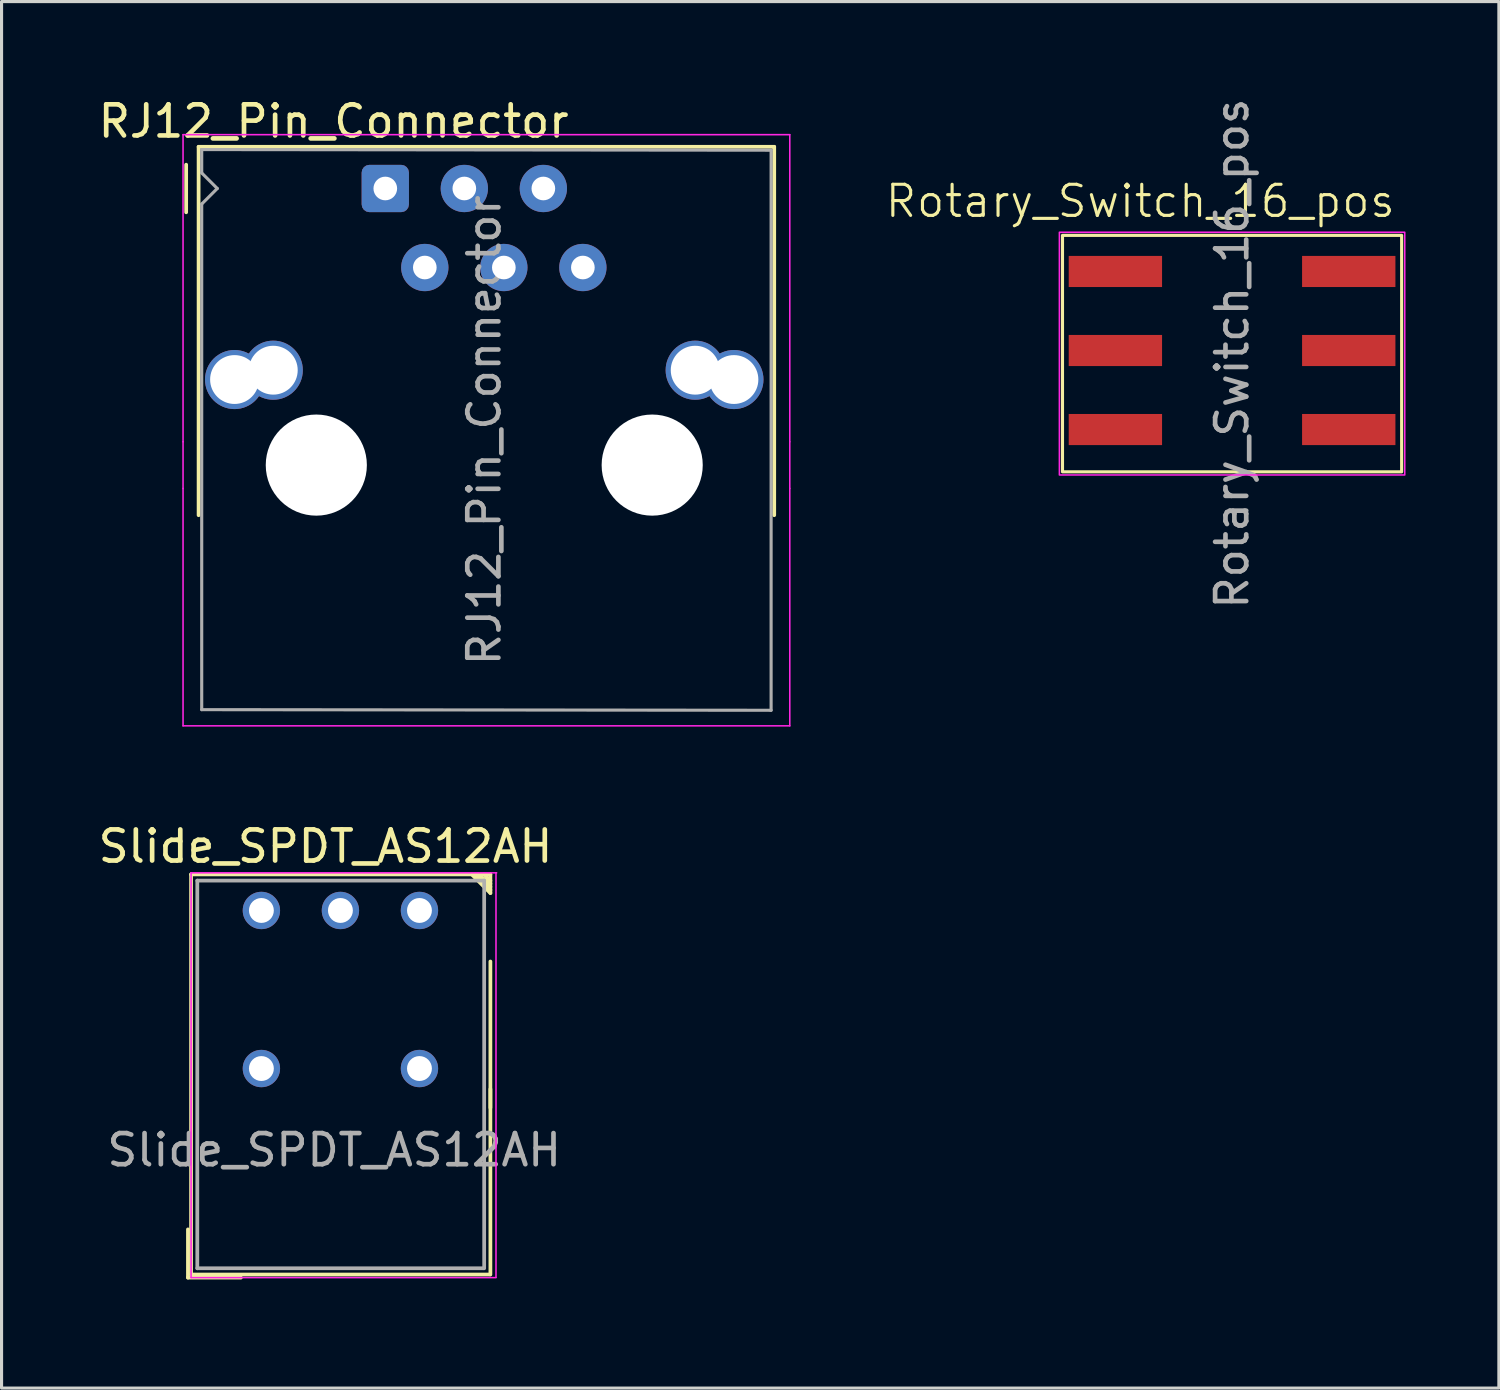
<source format=kicad_pcb>
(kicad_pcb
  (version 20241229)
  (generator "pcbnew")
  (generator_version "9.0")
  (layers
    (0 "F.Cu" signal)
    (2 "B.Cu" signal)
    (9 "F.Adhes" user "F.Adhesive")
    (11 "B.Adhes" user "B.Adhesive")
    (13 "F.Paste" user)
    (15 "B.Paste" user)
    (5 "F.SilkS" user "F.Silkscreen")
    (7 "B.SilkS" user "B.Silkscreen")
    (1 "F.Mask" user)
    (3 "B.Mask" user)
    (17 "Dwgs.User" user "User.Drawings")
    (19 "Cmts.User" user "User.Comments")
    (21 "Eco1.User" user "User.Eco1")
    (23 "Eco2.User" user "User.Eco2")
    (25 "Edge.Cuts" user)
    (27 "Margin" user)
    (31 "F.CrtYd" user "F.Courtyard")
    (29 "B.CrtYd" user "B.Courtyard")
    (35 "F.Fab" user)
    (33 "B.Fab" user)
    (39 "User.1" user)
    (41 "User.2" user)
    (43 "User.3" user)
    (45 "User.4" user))
  (footprint "RJ12_Pin_Connector"
    (layer "F.Cu")
    (at 9.333 3.008)
    (property "Reference" "RJ12_Pin_Connector" (at -1.66 -2.16 0) (layer "F.SilkS") (effects (font (size 1 1) (thickness 0.15))))
    (attr through_hole)
    (fp_line (start -6.4 0.765) (end -6.4 -0.765) (stroke (width 0.12) (type solid)) (layer "F.SilkS"))
    (fp_line (start -6 -1.34) (end 12.5 -1.34) (stroke (width 0.12) (type solid)) (layer "F.SilkS"))
    (fp_line (start -6 10.5) (end -6 -1.34) (stroke (width 0.12) (type solid)) (layer "F.SilkS"))
    (fp_line (start 12.5 -1.34) (end 12.5 10.5) (stroke (width 0.12) (type solid)) (layer "F.SilkS"))
    (fp_line (start -6.5 -1.73) (end -6.5 8.14) (stroke (width 0.05) (type solid)) (layer "F.CrtYd"))
    (fp_line (start -6.5 -1.73) (end 13 -1.73) (stroke (width 0.05) (type solid)) (layer "F.CrtYd"))
    (fp_line (start -6.5 8.14) (end -6.5 9.64) (stroke (width 0.05) (type default)) (layer "F.CrtYd"))
    (fp_line (start -6.5 9.64) (end -6.5 17.27) (stroke (width 0.05) (type solid)) (layer "F.CrtYd"))
    (fp_line (start 13 -1.73) (end 13 8.14) (stroke (width 0.05) (type solid)) (layer "F.CrtYd"))
    (fp_line (start 13 8.14) (end 13 9.64) (stroke (width 0.05) (type default)) (layer "F.CrtYd"))
    (fp_line (start 13 9.64) (end 13 17.27) (stroke (width 0.05) (type solid)) (layer "F.CrtYd"))
    (fp_line (start 13 17.27) (end -6.5 17.27) (stroke (width 0.05) (type solid)) (layer "F.CrtYd"))
    (fp_line (start -5.9 -1.251) (end 12.4 -1.23) (stroke (width 0.1) (type solid)) (layer "F.Fab"))
    (fp_line (start -5.9 -0.5) (end -5.9 -1.25) (stroke (width 0.1) (type solid)) (layer "F.Fab"))
    (fp_line (start -5.9 0.5) (end -5.4 0) (stroke (width 0.1) (type solid)) (layer "F.Fab"))
    (fp_line (start -5.9 16.75) (end -5.9 0.5) (stroke (width 0.1) (type solid)) (layer "F.Fab"))
    (fp_line (start -5.4 0) (end -5.9 -0.5) (stroke (width 0.1) (type solid)) (layer "F.Fab"))
    (fp_line (start 12.4 -1.23) (end 12.4 16.77) (stroke (width 0.1) (type solid)) (layer "F.Fab"))
    (fp_line (start 12.4 16.77) (end -5.9 16.75) (stroke (width 0.1) (type solid)) (layer "F.Fab"))
    (fp_text user "${REFERENCE}" (at 3.18 7.77 90) (layer "F.Fab") (effects (font (size 1 1) (thickness 0.15))))
    (pad "" np_thru_hole circle (at -2.217 8.89) (size 3.25 3.25) (drill oval 3.885 3.25) (layers "*.Cu" "*.Mask"))
    (pad "" np_thru_hole circle (at 8.578 8.89) (size 3.25 3.25) (drill oval 3.885 3.25) (layers "*.Cu" "*.Mask"))
    (pad "1" thru_hole roundrect (at 0 0) (size 1.52 1.52) (drill 0.76) (layers "*.Cu" "*.Mask") (roundrect_rratio 0.164))
    (pad "2" thru_hole circle (at 1.27 2.54) (size 1.52 1.52) (drill 0.76) (layers "*.Cu" "*.Mask"))
    (pad "3" thru_hole circle (at 2.54 0) (size 1.52 1.52) (drill 0.76) (layers "*.Cu" "*.Mask"))
    (pad "4" thru_hole circle (at 3.81 2.54) (size 1.52 1.52) (drill 0.76) (layers "*.Cu" "*.Mask"))
    (pad "5" thru_hole circle (at 5.08 0) (size 1.52 1.52) (drill 0.76) (layers "*.Cu" "*.Mask"))
    (pad "6" thru_hole circle (at 6.35 2.54) (size 1.52 1.52) (drill 0.76) (layers "*.Cu" "*.Mask"))
    (pad "SH" thru_hole circle (at -4.845 6.14) (size 1.9 1.9) (drill 1.57) (layers "*.Cu" "*.Mask"))
    (pad "SH" thru_hole circle (at -3.6 5.84) (size 1.9 1.9) (drill 1.57) (layers "*.Cu" "*.Mask"))
    (pad "SH" thru_hole circle (at 9.96 5.84) (size 1.9 1.9) (drill 1.57) (layers "*.Cu" "*.Mask"))
    (pad "SH" thru_hole circle (at 11.205 6.14) (size 1.9 1.9) (drill 1.57) (layers "*.Cu" "*.Mask")))
  (footprint "Rotary_Switch_16_pos"
    (layer "F.Cu")
    (at 36.598 13.215)
    (property "Reference" "Rotary_Switch_16_pos" (at -3 -9.8 0) (unlocked yes) (layer "F.SilkS") (effects (font (size 1 1) (thickness 0.1))))
    (attr through_hole)
    (fp_rect (start -5.5 -8.7) (end 5.4 -1.1) (stroke (width 0.1) (type solid)) (fill no) (layer "F.SilkS"))
    (fp_rect (start -5.6 -8.8) (end 5.5 -1) (stroke (width 0.05) (type solid)) (fill no) (layer "F.CrtYd"))
    (fp_text user "${REFERENCE}" (at -0.05 -4.9 90) (unlocked yes) (layer "F.Fab") (effects (font (size 1 1) (thickness 0.15))))
    (pad "1" smd rect (at 3.7 -5) (size 3 1) (layers "F.Cu" "F.Mask" "F.Paste"))
    (pad "2" smd rect (at 3.7 -7.54) (size 3 1) (layers "F.Cu" "F.Mask" "F.Paste"))
    (pad "4" smd rect (at -3.8 -7.54) (size 3 1) (layers "F.Cu" "F.Mask" "F.Paste"))
    (pad "8" smd rect (at -3.8 -5) (size 3 1) (layers "F.Cu" "F.Mask" "F.Paste"))
    (pad "C" smd rect (at -3.8 -2.46) (size 3 1) (layers "F.Cu" "F.Mask" "F.Paste"))
    (pad "C" smd rect (at 3.7 -2.46) (size 3 1) (layers "F.Cu" "F.Mask" "F.Paste")))
  (footprint "Slide_SPDT_AS12AH"
    (layer "F.Cu")
    (at 2.691 38.312)
    (property "Reference" "Slide_SPDT_AS12AH" (at 4.72 -14.16 0) (layer "F.SilkS") (effects (font (size 1 1) (thickness 0.15))))
    (attr through_hole)
    (fp_line (start 0.3 -0.3) (end 0.3 -1.85) (stroke (width 0.12) (type solid)) (layer "F.SilkS"))
    (fp_line (start 0.4 -13.26) (end 10.02 -13.26) (stroke (width 0.12) (type solid)) (layer "F.SilkS"))
    (fp_line (start 0.4 -0.4) (end 0.4 -13.26) (stroke (width 0.12) (type solid)) (layer "F.SilkS"))
    (fp_line (start 2 -0.3) (end 0.3 -0.3) (stroke (width 0.12) (type solid)) (layer "F.SilkS"))
    (fp_line (start 9.42 -13.26) (end 10.02 -12.66) (stroke (width 0.12) (type solid)) (layer "F.SilkS"))
    (fp_line (start 9.82 -13.26) (end 10.02 -13.06) (stroke (width 0.12) (type solid)) (layer "F.SilkS"))
    (fp_line (start 10 -0.4) (end 0.4 -0.4) (stroke (width 0.12) (type solid)) (layer "F.SilkS"))
    (fp_line (start 10.02 -13.26) (end 10.02 -12.66) (stroke (width 0.12) (type solid)) (layer "F.SilkS"))
    (fp_line (start 10.02 -12.96) (end 9.62 -13.26) (stroke (width 0.12) (type solid)) (layer "F.SilkS"))
    (fp_line (start 10.02 -12.86) (end 9.62 -13.26) (stroke (width 0.12) (type solid)) (layer "F.SilkS"))
    (fp_line (start 10.02 -12.76) (end 9.52 -13.26) (stroke (width 0.12) (type solid)) (layer "F.SilkS"))
    (fp_line (start 10.02 -10.46) (end 10.02 -0.4) (stroke (width 0.12) (type solid)) (layer "F.SilkS"))
    (fp_line (start 10.02 -6.36) (end 10.02 -5.76) (stroke (width 0.12) (type solid)) (layer "F.SilkS"))
    (fp_line (start 0.4 -0.3) (end 0.4 -13.31) (stroke (width 0.05) (type solid)) (layer "F.CrtYd"))
    (fp_line (start 0.4 -0.3) (end 10.2 -0.3) (stroke (width 0.05) (type solid)) (layer "F.CrtYd"))
    (fp_line (start 10.2 -13.31) (end 10.2 -0.31) (stroke (width 0.05) (type solid)) (layer "F.CrtYd"))
    (fp_line (start 10.22 -13.31) (end 0.4 -13.31) (stroke (width 0.05) (type solid)) (layer "F.CrtYd"))
    (fp_line (start 0.6 -13.06) (end 9.82 -13.06) (stroke (width 0.12) (type solid)) (layer "F.Fab"))
    (fp_line (start 0.6 -0.6) (end 0.6 -13.06) (stroke (width 0.12) (type solid)) (layer "F.Fab"))
    (fp_line (start 9.8 -0.6) (end 0.6 -0.6) (stroke (width 0.12) (type solid)) (layer "F.Fab"))
    (fp_line (start 9.82 -13.06) (end 9.82 -0.6) (stroke (width 0.12) (type solid)) (layer "F.Fab"))
    (fp_text user "${REFERENCE}" (at 5 -4.4 180) (layer "F.Fab") (effects (font (size 1 1) (thickness 0.15))))
    (pad "11" thru_hole circle (at 5.2 -12.1 180) (size 1.2 1.2) (drill 0.8) (layers "*.Cu" "*.Mask"))
    (pad "12" thru_hole circle (at 7.74 -12.1 90) (size 1.2 1.2) (drill 0.8) (layers "*.Cu" "*.Mask"))
    (pad "14" thru_hole circle (at 7.74 -7.02 90) (size 1.2 1.2) (drill 0.8) (layers "*.Cu" "*.Mask"))
    (pad "A1" thru_hole circle (at 2.66 -7.02 90) (size 1.2 1.2) (drill 0.8) (layers "*.Cu" "*.Mask"))
    (pad "A2" thru_hole circle (at 2.66 -12.1 90) (size 1.2 1.2) (drill 0.8) (layers "*.Cu" "*.Mask")))
  (gr_rect
    (start -3 -3)
    (end 45.123 41.562)
    (stroke (width 0.1) (type default))
    (fill no)
    (layer "Edge.Cuts")))
</source>
